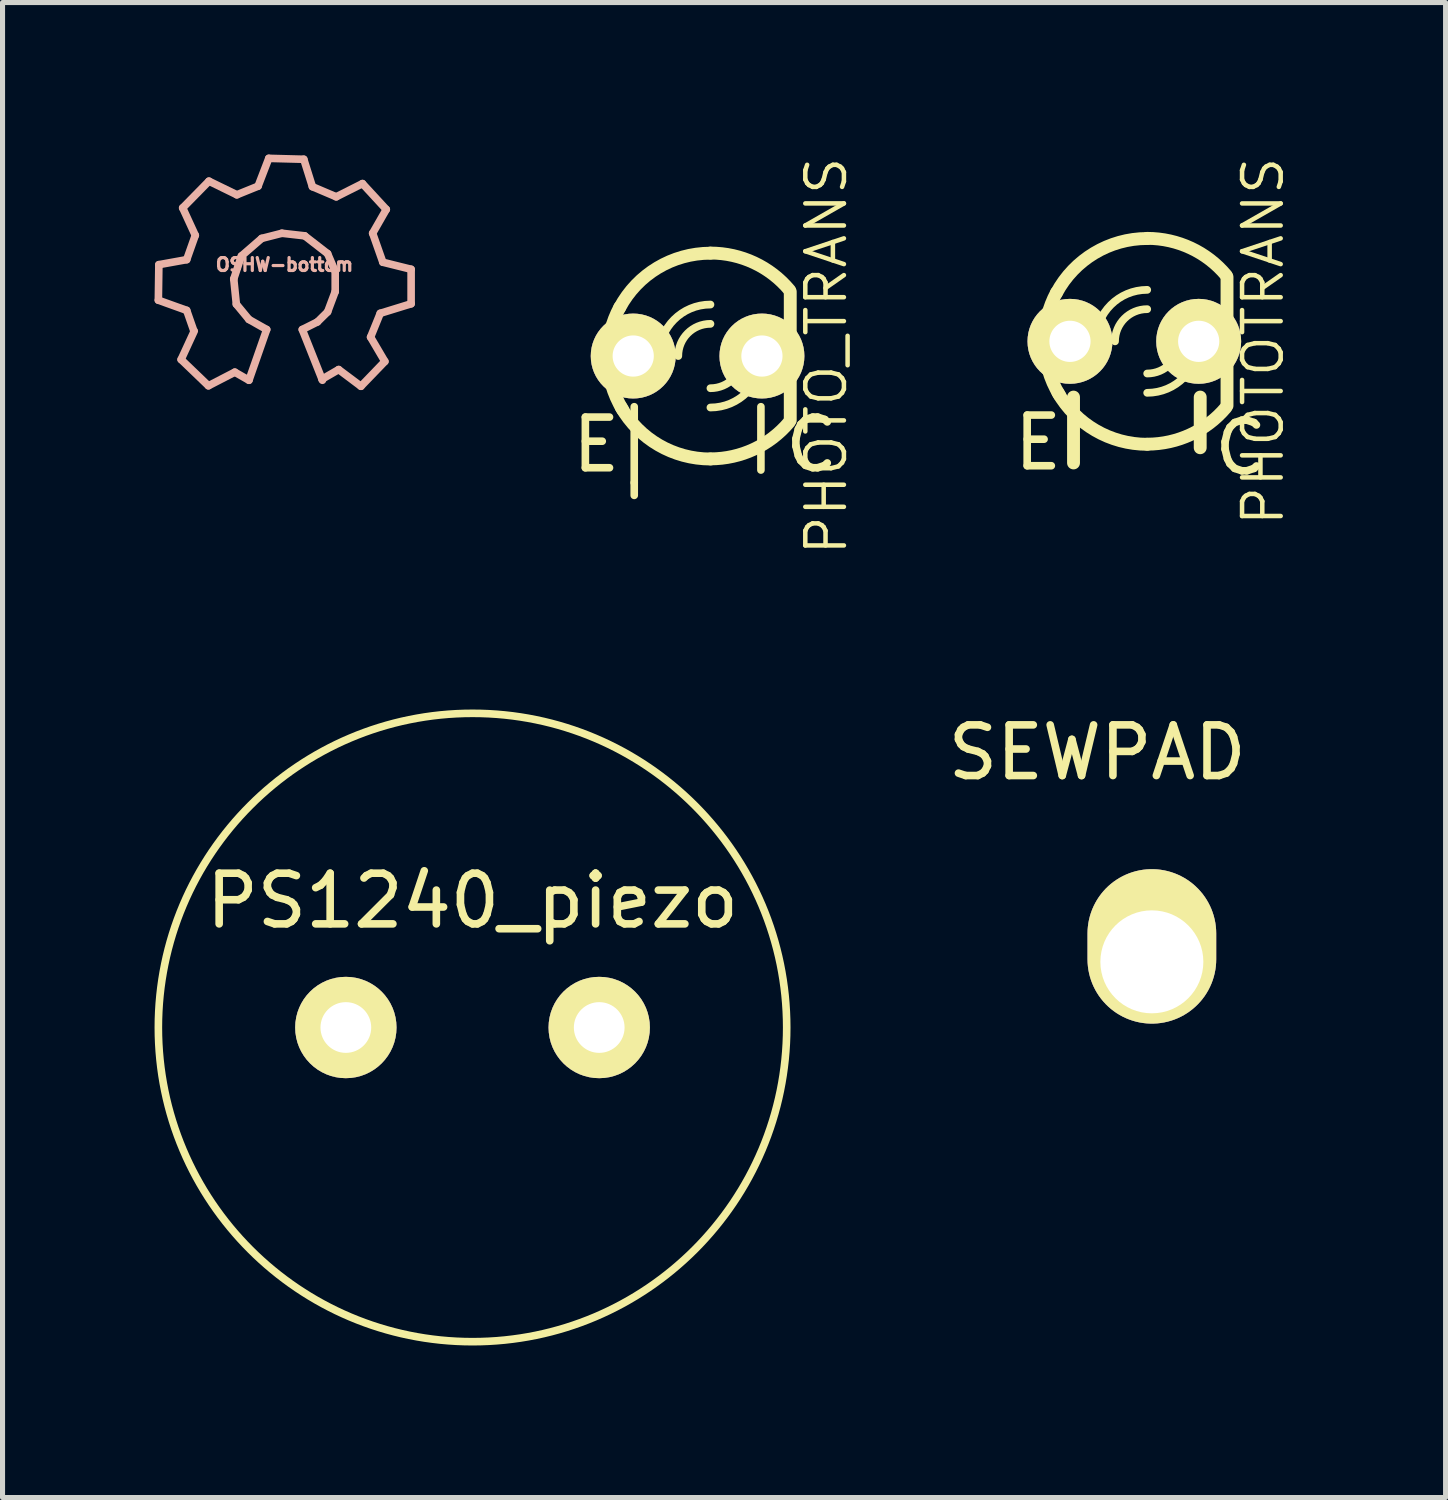
<source format=kicad_pcb>
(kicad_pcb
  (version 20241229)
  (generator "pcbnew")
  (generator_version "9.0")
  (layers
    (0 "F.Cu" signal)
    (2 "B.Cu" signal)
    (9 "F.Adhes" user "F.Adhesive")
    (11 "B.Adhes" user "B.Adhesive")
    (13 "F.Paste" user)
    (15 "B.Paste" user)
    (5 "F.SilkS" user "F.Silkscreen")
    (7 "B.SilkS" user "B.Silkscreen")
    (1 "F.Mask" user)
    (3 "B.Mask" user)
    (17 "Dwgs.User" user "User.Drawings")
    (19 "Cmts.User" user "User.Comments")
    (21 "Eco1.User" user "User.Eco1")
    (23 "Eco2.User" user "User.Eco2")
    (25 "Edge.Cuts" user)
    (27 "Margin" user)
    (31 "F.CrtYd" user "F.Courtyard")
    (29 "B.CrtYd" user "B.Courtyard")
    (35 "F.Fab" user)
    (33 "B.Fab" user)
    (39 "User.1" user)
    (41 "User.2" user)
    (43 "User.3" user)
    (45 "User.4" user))
  (footprint "PS1240_piezo"
    (layer "F.Cu")
    (at 6.275 17.227)
    (property "Reference" "PS1240_piezo" (at 0 -2.5 0) (layer "F.SilkS") (effects (font (size 1 1) (thickness 0.15))))
    (attr through_hole)
    (fp_circle (center 0 0) (end 6.2 0) (stroke (width 0.15) (type solid)) (fill no) (layer "F.SilkS"))
    (pad "1" thru_hole circle (at -2.5 0) (size 2 2) (drill 1.001) (layers "*.Cu" "*.Mask" "F.SilkS"))
    (pad "2" thru_hole circle (at 2.5 0) (size 2 2) (drill 1.001) (layers "*.Cu" "*.Mask" "F.SilkS")))
  (footprint "PHOTO_TRANS"
    (layer "F.Cu")
    (at 10.716 3.976)
    (property "Reference" "PHOTO_TRANS" (at 2.54 0 90) (layer "F.SilkS") (effects (font (size 0.762 0.762) (thickness 0.089))))
    (attr through_hole)
    (fp_line (start -1.25 1) (end -1.25 2.5) (stroke (width 0.15) (type solid)) (layer "F.SilkS"))
    (fp_line (start -1.25 2.5) (end -1.25 2.75) (stroke (width 0.15) (type solid)) (layer "F.SilkS"))
    (fp_line (start 1.25 1) (end 1.25 2.25) (stroke (width 0.15) (type solid)) (layer "F.SilkS"))
    (fp_line (start 1.829 1.27) (end 1.829 -1.27) (stroke (width 0.254) (type solid)) (layer "F.SilkS"))
    (fp_arc (start -1.778 0) (mid -1.716347 -0.496745) (end -1.53513 -0.963347) (stroke (width 0.254) (type solid)) (layer "F.SilkS"))
    (fp_arc (start -1.5367 -0.95504) (mid -0.790567 -1.739997) (end 0.253025 -2.02946) (stroke (width 0.254) (type solid)) (layer "F.SilkS"))
    (fp_arc (start -1.47574 1.06426) (mid -1.700164 0.553076) (end -1.776923 0.0001) (stroke (width 0.254) (type solid)) (layer "F.SilkS"))
    (fp_arc (start -0.762 0) (mid -0.46442 -0.71842) (end 0.254 -1.016) (stroke (width 0.1524) (type solid)) (layer "F.SilkS"))
    (fp_arc (start -0.381 0) (mid -0.195013 -0.449013) (end 0.254 -0.635) (stroke (width 0.1524) (type solid)) (layer "F.SilkS"))
    (fp_arc (start 0.254 -2.032) (mid 1.114367 -1.840867) (end 1.81288 -1.303426) (stroke (width 0.254) (type solid)) (layer "F.SilkS"))
    (fp_arc (start 0.254 2.032) (mid -0.76507 1.757988) (end -1.509299 1.009851) (stroke (width 0.254) (type solid)) (layer "F.SilkS"))
    (fp_arc (start 0.889 0) (mid 0.703013 0.449013) (end 0.254 0.635) (stroke (width 0.1524) (type solid)) (layer "F.SilkS"))
    (fp_arc (start 1.27 0) (mid 0.97242 0.71842) (end 0.254 1.016) (stroke (width 0.1524) (type solid)) (layer "F.SilkS"))
    (fp_arc (start 1.8034 1.31064) (mid 1.109154 1.840416) (end 0.256552 2.029387) (stroke (width 0.254) (type solid)) (layer "F.SilkS"))
    (fp_text user "E" (at -2 1.75 0) (layer "F.SilkS") (effects (font (size 1 1) (thickness 0.15))))
    (fp_text user "C" (at 2.25 1.75 0) (layer "F.SilkS") (effects (font (size 1 1) (thickness 0.15))))
    (pad "1" thru_hole circle (at -1.27 0) (size 1.676 1.676) (drill 0.813) (layers "*.Cu" "*.Mask" "F.SilkS"))
    (pad "3" thru_hole circle (at 1.27 0 45) (size 1.676 1.676) (drill 0.813) (layers "*.Cu" "*.Mask" "F.SilkS")))
  (footprint "OSHW-bottom"
    (layer "F.Cu")
    (at 2.564 2.554)
    (property "Reference" "OSHW-bottom" (at 0 -0.381 0) (layer "B.SilkS") (effects (font (size 0.254 0.254) (thickness 0.064))))
    (attr through_hole)
    (fp_line (start -2.489 0.32) (end -1.93 0.521) (stroke (width 0.15) (type solid)) (layer "B.SilkS"))
    (fp_line (start -2.479 -0.381) (end -2.489 0.32) (stroke (width 0.15) (type solid)) (layer "B.SilkS"))
    (fp_line (start -2.04 1.491) (end -1.501 2.009) (stroke (width 0.15) (type solid)) (layer "B.SilkS"))
    (fp_line (start -2.009 -1.501) (end -1.76 -0.96) (stroke (width 0.15) (type solid)) (layer "B.SilkS"))
    (fp_line (start -1.93 -0.48) (end -2.479 -0.381) (stroke (width 0.15) (type solid)) (layer "B.SilkS"))
    (fp_line (start -1.93 0.521) (end -1.791 0.919) (stroke (width 0.15) (type solid)) (layer "B.SilkS"))
    (fp_line (start -1.781 0.93) (end -2.04 1.491) (stroke (width 0.15) (type solid)) (layer "B.SilkS"))
    (fp_line (start -1.76 -0.96) (end -1.93 -0.48) (stroke (width 0.15) (type solid)) (layer "B.SilkS"))
    (fp_line (start -1.501 2.009) (end -0.98 1.74) (stroke (width 0.15) (type solid)) (layer "B.SilkS"))
    (fp_line (start -1.491 -2.029) (end -2.009 -1.501) (stroke (width 0.15) (type solid)) (layer "B.SilkS"))
    (fp_line (start -1.001 -0.099) (end -0.95 0.399) (stroke (width 0.15) (type solid)) (layer "B.SilkS"))
    (fp_line (start -0.98 1.74) (end -0.701 1.9) (stroke (width 0.15) (type solid)) (layer "B.SilkS"))
    (fp_line (start -0.95 0.399) (end -0.701 0.701) (stroke (width 0.15) (type solid)) (layer "B.SilkS"))
    (fp_line (start -0.94 -1.76) (end -1.491 -2.029) (stroke (width 0.15) (type solid)) (layer "B.SilkS"))
    (fp_line (start -0.851 -0.551) (end -1.001 -0.099) (stroke (width 0.15) (type solid)) (layer "B.SilkS"))
    (fp_line (start -0.701 0.701) (end -0.351 0.899) (stroke (width 0.15) (type solid)) (layer "B.SilkS"))
    (fp_line (start -0.521 -1.93) (end -0.94 -1.76) (stroke (width 0.15) (type solid)) (layer "B.SilkS"))
    (fp_line (start -0.45 -0.899) (end -0.851 -0.551) (stroke (width 0.15) (type solid)) (layer "B.SilkS"))
    (fp_line (start -0.351 0.899) (end -0.701 1.9) (stroke (width 0.15) (type solid)) (layer "B.SilkS"))
    (fp_line (start -0.31 -2.479) (end -0.521 -1.93) (stroke (width 0.15) (type solid)) (layer "B.SilkS"))
    (fp_line (start -0.051 -1.001) (end -0.45 -0.899) (stroke (width 0.15) (type solid)) (layer "B.SilkS"))
    (fp_line (start 0.351 0.899) (end 0.65 0.749) (stroke (width 0.15) (type solid)) (layer "B.SilkS"))
    (fp_line (start 0.351 0.899) (end 0.749 1.9) (stroke (width 0.15) (type solid)) (layer "B.SilkS"))
    (fp_line (start 0.381 -2.461) (end -0.31 -2.479) (stroke (width 0.15) (type solid)) (layer "B.SilkS"))
    (fp_line (start 0.399 -0.95) (end -0.051 -1.001) (stroke (width 0.15) (type solid)) (layer "B.SilkS"))
    (fp_line (start 0.551 -1.92) (end 0.381 -2.461) (stroke (width 0.15) (type solid)) (layer "B.SilkS"))
    (fp_line (start 0.65 0.749) (end 0.851 0.551) (stroke (width 0.15) (type solid)) (layer "B.SilkS"))
    (fp_line (start 0.739 1.88) (end 1.069 1.689) (stroke (width 0.15) (type solid)) (layer "B.SilkS"))
    (fp_line (start 0.851 -0.599) (end 0.399 -0.95) (stroke (width 0.15) (type solid)) (layer "B.SilkS"))
    (fp_line (start 0.851 0.551) (end 1.001 0.15) (stroke (width 0.15) (type solid)) (layer "B.SilkS"))
    (fp_line (start 1.001 -0.249) (end 0.851 -0.599) (stroke (width 0.15) (type solid)) (layer "B.SilkS"))
    (fp_line (start 1.001 0.15) (end 1.001 -0.249) (stroke (width 0.15) (type solid)) (layer "B.SilkS"))
    (fp_line (start 1.021 -1.72) (end 0.551 -1.92) (stroke (width 0.15) (type solid)) (layer "B.SilkS"))
    (fp_line (start 1.069 1.689) (end 1.509 2.019) (stroke (width 0.15) (type solid)) (layer "B.SilkS"))
    (fp_line (start 1.509 2.019) (end 1.981 1.529) (stroke (width 0.15) (type solid)) (layer "B.SilkS"))
    (fp_line (start 1.539 -1.981) (end 1.021 -1.72) (stroke (width 0.15) (type solid)) (layer "B.SilkS"))
    (fp_line (start 1.699 1.049) (end 1.89 0.579) (stroke (width 0.15) (type solid)) (layer "B.SilkS"))
    (fp_line (start 1.74 -1.001) (end 2.009 -1.471) (stroke (width 0.15) (type solid)) (layer "B.SilkS"))
    (fp_line (start 1.89 0.579) (end 2.499 0.391) (stroke (width 0.15) (type solid)) (layer "B.SilkS"))
    (fp_line (start 1.941 -0.429) (end 1.74 -1.001) (stroke (width 0.15) (type solid)) (layer "B.SilkS"))
    (fp_line (start 1.981 1.529) (end 1.699 1.049) (stroke (width 0.15) (type solid)) (layer "B.SilkS"))
    (fp_line (start 2.009 -1.471) (end 1.539 -1.981) (stroke (width 0.15) (type solid)) (layer "B.SilkS"))
    (fp_line (start 2.499 -0.29) (end 1.941 -0.429) (stroke (width 0.15) (type solid)) (layer "B.SilkS"))
    (fp_line (start 2.499 0.391) (end 2.499 -0.29) (stroke (width 0.15) (type solid)) (layer "B.SilkS")))
  (footprint "PHOTOTRANS"
    (layer "F.Cu")
    (at 19.335 3.686)
    (property "Reference" "PHOTOTRANS" (at 2.54 0 90) (layer "F.SilkS") (effects (font (size 0.762 0.762) (thickness 0.089))))
    (attr through_hole)
    (fp_line (start -1.2 1.1) (end -1.2 2.4) (stroke (width 0.254) (type solid)) (layer "F.SilkS"))
    (fp_line (start 1.3 1.1) (end 1.3 2.1) (stroke (width 0.254) (type solid)) (layer "F.SilkS"))
    (fp_line (start 1.829 1.27) (end 1.829 -1.27) (stroke (width 0.254) (type solid)) (layer "F.SilkS"))
    (fp_arc (start -1.778 0) (mid -1.716347 -0.496745) (end -1.53513 -0.963347) (stroke (width 0.254) (type solid)) (layer "F.SilkS"))
    (fp_arc (start -1.5367 -0.95504) (mid -0.790567 -1.739997) (end 0.253025 -2.02946) (stroke (width 0.254) (type solid)) (layer "F.SilkS"))
    (fp_arc (start -1.47574 1.06426) (mid -1.700164 0.553076) (end -1.776923 0.0001) (stroke (width 0.254) (type solid)) (layer "F.SilkS"))
    (fp_arc (start -0.762 0) (mid -0.46442 -0.71842) (end 0.254 -1.016) (stroke (width 0.1524) (type solid)) (layer "F.SilkS"))
    (fp_arc (start -0.381 0) (mid -0.195013 -0.449013) (end 0.254 -0.635) (stroke (width 0.1524) (type solid)) (layer "F.SilkS"))
    (fp_arc (start 0.254 -2.032) (mid 1.114367 -1.840867) (end 1.81288 -1.303426) (stroke (width 0.254) (type solid)) (layer "F.SilkS"))
    (fp_arc (start 0.254 2.032) (mid -0.76507 1.757988) (end -1.509299 1.009851) (stroke (width 0.254) (type solid)) (layer "F.SilkS"))
    (fp_arc (start 0.889 0) (mid 0.703013 0.449013) (end 0.254 0.635) (stroke (width 0.1524) (type solid)) (layer "F.SilkS"))
    (fp_arc (start 1.27 0) (mid 0.97242 0.71842) (end 0.254 1.016) (stroke (width 0.1524) (type solid)) (layer "F.SilkS"))
    (fp_arc (start 1.8034 1.31064) (mid 1.109154 1.840416) (end 0.256552 2.029387) (stroke (width 0.254) (type solid)) (layer "F.SilkS"))
    (fp_text user "C" (at 2.1 2.1 0) (layer "F.SilkS") (effects (font (size 1 1) (thickness 0.15))))
    (fp_text user "E" (at -1.9 2 0) (layer "F.SilkS") (effects (font (size 1 1) (thickness 0.15))))
    (pad "1" thru_hole circle (at -1.27 0) (size 1.676 1.676) (drill 0.813) (layers "*.Cu" "*.Mask" "F.SilkS"))
    (pad "2" thru_hole circle (at 1.27 0 45) (size 1.676 1.676) (drill 0.813) (layers "*.Cu" "*.Mask" "F.SilkS")))
  (footprint "SEWPAD"
    (layer "F.Cu")
    (at 19.681 15.931)
    (property "Reference" "SEWPAD" (at -1.078 -4.131 0) (layer "F.SilkS") (effects (font (size 1 1) (thickness 0.15))))
    (attr through_hole)
    (pad "1" thru_hole oval (at 0 0) (size 2.54 3.048) (drill 2.032 (offset 0 -0.305)) (layers "*.Cu" "*.Mask" "F.SilkS")))
  (gr_rect
    (start -3 -3)
    (end 25.477 26.502)
    (stroke (width 0.1) (type default))
    (fill no)
    (layer "Edge.Cuts")))
</source>
